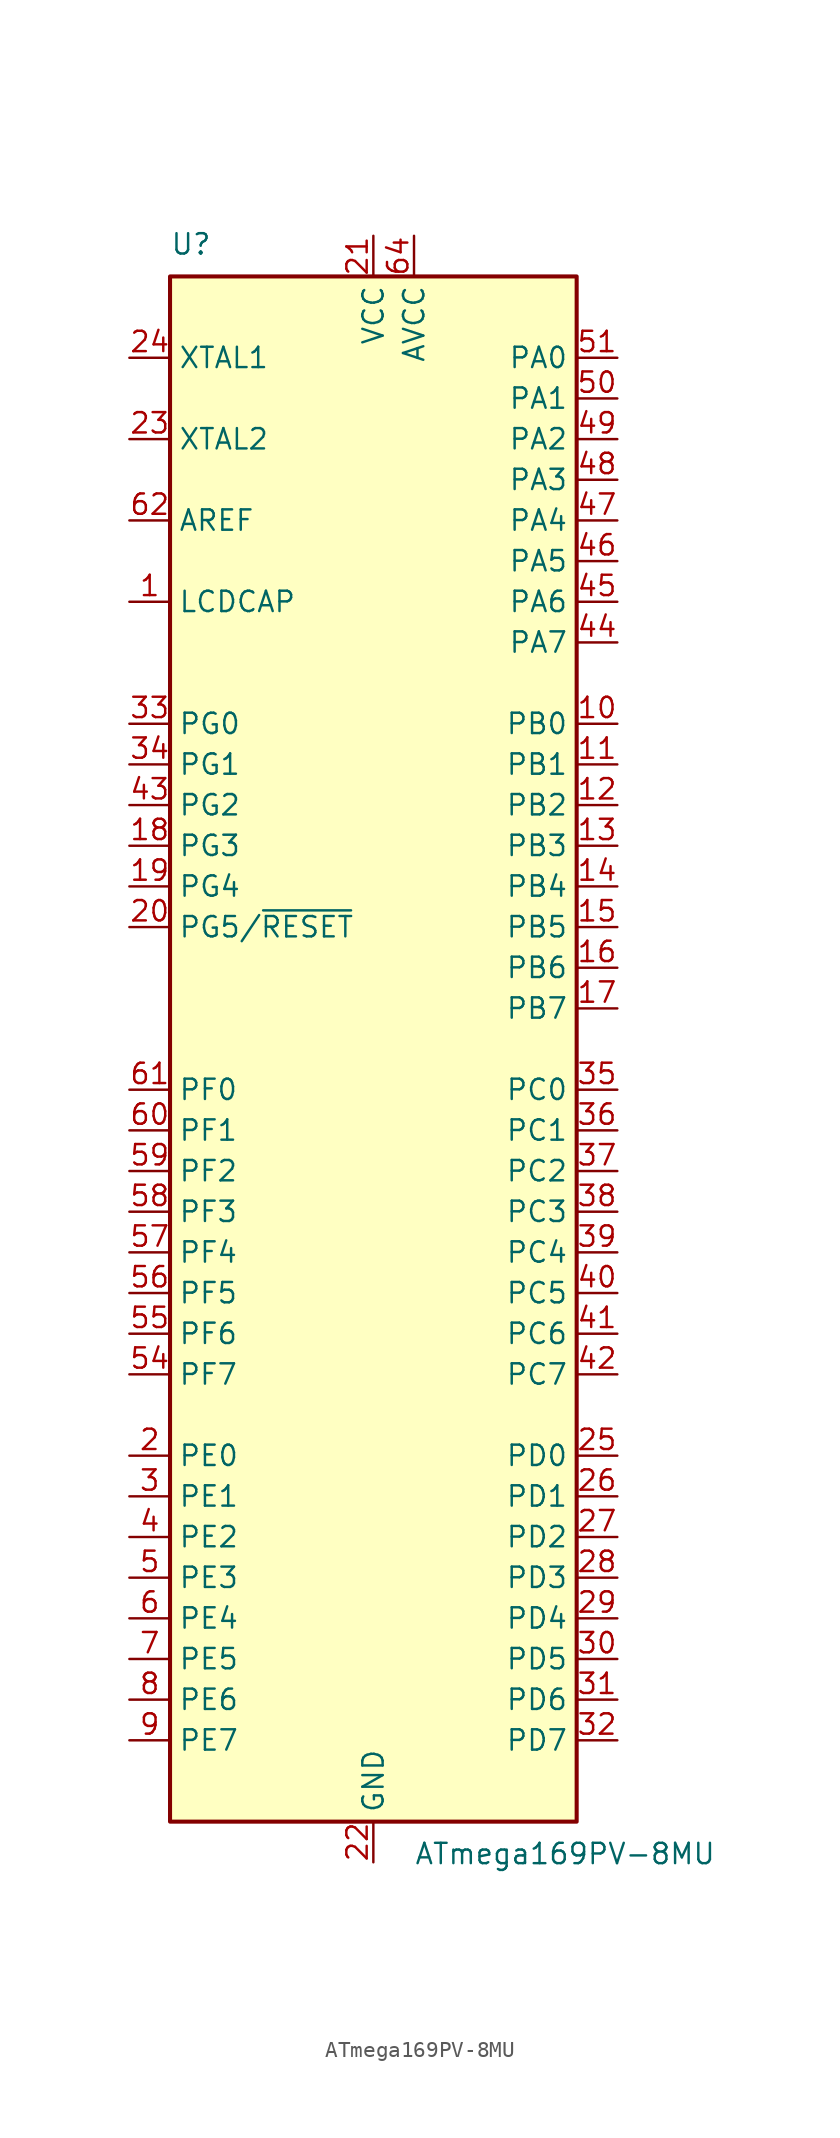
<source format=kicad_sym>
(kicad_symbol_lib
  (version 20211014)
  (generator kicad_symbol_editor)
  (symbol "ATmega169PV-8MU"
    (property "Reference" "U"
      (at -12.7 49.53 0)
      (effects (font (size 1.27 1.27)) (justify left bottom)))
    (property "Value" "ATmega169PV-8MU"
      (at 2.54 -49.53 0)
      (effects (font (size 1.27 1.27)) (justify left top)))
    (symbol "ATmega169PV-8MU_0_1"
      (rectangle (start -12.7 -48.26) (end 12.7 48.26) (stroke (width 0.254) (type default) (color 0 0 0 0)) (fill (type background))))
    (symbol "ATmega169PV-8MU_1_1"
      (pin passive line (at -15.24 27.94 0) (length 2.54) (name "LCDCAP" (effects (font (size 1.27 1.27)))) (number "1" (effects (font (size 1.27 1.27)))))
      (pin bidirectional line (at 15.24 20.32 180) (length 2.54) (name "PB0" (effects (font (size 1.27 1.27)))) (number "10" (effects (font (size 1.27 1.27)))))
      (pin bidirectional line (at 15.24 17.78 180) (length 2.54) (name "PB1" (effects (font (size 1.27 1.27)))) (number "11" (effects (font (size 1.27 1.27)))))
      (pin bidirectional line (at 15.24 15.24 180) (length 2.54) (name "PB2" (effects (font (size 1.27 1.27)))) (number "12" (effects (font (size 1.27 1.27)))))
      (pin bidirectional line (at 15.24 12.7 180) (length 2.54) (name "PB3" (effects (font (size 1.27 1.27)))) (number "13" (effects (font (size 1.27 1.27)))))
      (pin bidirectional line (at 15.24 10.16 180) (length 2.54) (name "PB4" (effects (font (size 1.27 1.27)))) (number "14" (effects (font (size 1.27 1.27)))))
      (pin bidirectional line (at 15.24 7.62 180) (length 2.54) (name "PB5" (effects (font (size 1.27 1.27)))) (number "15" (effects (font (size 1.27 1.27)))))
      (pin bidirectional line (at 15.24 5.08 180) (length 2.54) (name "PB6" (effects (font (size 1.27 1.27)))) (number "16" (effects (font (size 1.27 1.27)))))
      (pin bidirectional line (at 15.24 2.54 180) (length 2.54) (name "PB7" (effects (font (size 1.27 1.27)))) (number "17" (effects (font (size 1.27 1.27)))))
      (pin bidirectional line (at -15.24 12.7 0) (length 2.54) (name "PG3" (effects (font (size 1.27 1.27)))) (number "18" (effects (font (size 1.27 1.27)))))
      (pin bidirectional line (at -15.24 10.16 0) (length 2.54) (name "PG4" (effects (font (size 1.27 1.27)))) (number "19" (effects (font (size 1.27 1.27)))))
      (pin bidirectional line (at -15.24 -25.4 0) (length 2.54) (name "PE0" (effects (font (size 1.27 1.27)))) (number "2" (effects (font (size 1.27 1.27)))))
      (pin bidirectional line (at -15.24 7.62 0) (length 2.54) (name "PG5/~{RESET}" (effects (font (size 1.27 1.27)))) (number "20" (effects (font (size 1.27 1.27)))))
      (pin power_in line (at 0 50.8 270) (length 2.54) (name "VCC" (effects (font (size 1.27 1.27)))) (number "21" (effects (font (size 1.27 1.27)))))
      (pin power_in line (at 0 -50.8 90) (length 2.54) (name "GND" (effects (font (size 1.27 1.27)))) (number "22" (effects (font (size 1.27 1.27)))))
      (pin output line (at -15.24 38.1 0) (length 2.54) (name "XTAL2" (effects (font (size 1.27 1.27)))) (number "23" (effects (font (size 1.27 1.27)))))
      (pin input line (at -15.24 43.18 0) (length 2.54) (name "XTAL1" (effects (font (size 1.27 1.27)))) (number "24" (effects (font (size 1.27 1.27)))))
      (pin bidirectional line (at 15.24 -25.4 180) (length 2.54) (name "PD0" (effects (font (size 1.27 1.27)))) (number "25" (effects (font (size 1.27 1.27)))))
      (pin bidirectional line (at 15.24 -27.94 180) (length 2.54) (name "PD1" (effects (font (size 1.27 1.27)))) (number "26" (effects (font (size 1.27 1.27)))))
      (pin bidirectional line (at 15.24 -30.48 180) (length 2.54) (name "PD2" (effects (font (size 1.27 1.27)))) (number "27" (effects (font (size 1.27 1.27)))))
      (pin bidirectional line (at 15.24 -33.02 180) (length 2.54) (name "PD3" (effects (font (size 1.27 1.27)))) (number "28" (effects (font (size 1.27 1.27)))))
      (pin bidirectional line (at 15.24 -35.56 180) (length 2.54) (name "PD4" (effects (font (size 1.27 1.27)))) (number "29" (effects (font (size 1.27 1.27)))))
      (pin bidirectional line (at -15.24 -27.94 0) (length 2.54) (name "PE1" (effects (font (size 1.27 1.27)))) (number "3" (effects (font (size 1.27 1.27)))))
      (pin bidirectional line (at 15.24 -38.1 180) (length 2.54) (name "PD5" (effects (font (size 1.27 1.27)))) (number "30" (effects (font (size 1.27 1.27)))))
      (pin bidirectional line (at 15.24 -40.64 180) (length 2.54) (name "PD6" (effects (font (size 1.27 1.27)))) (number "31" (effects (font (size 1.27 1.27)))))
      (pin bidirectional line (at 15.24 -43.18 180) (length 2.54) (name "PD7" (effects (font (size 1.27 1.27)))) (number "32" (effects (font (size 1.27 1.27)))))
      (pin bidirectional line (at -15.24 20.32 0) (length 2.54) (name "PG0" (effects (font (size 1.27 1.27)))) (number "33" (effects (font (size 1.27 1.27)))))
      (pin bidirectional line (at -15.24 17.78 0) (length 2.54) (name "PG1" (effects (font (size 1.27 1.27)))) (number "34" (effects (font (size 1.27 1.27)))))
      (pin bidirectional line (at 15.24 -2.54 180) (length 2.54) (name "PC0" (effects (font (size 1.27 1.27)))) (number "35" (effects (font (size 1.27 1.27)))))
      (pin bidirectional line (at 15.24 -5.08 180) (length 2.54) (name "PC1" (effects (font (size 1.27 1.27)))) (number "36" (effects (font (size 1.27 1.27)))))
      (pin bidirectional line (at 15.24 -7.62 180) (length 2.54) (name "PC2" (effects (font (size 1.27 1.27)))) (number "37" (effects (font (size 1.27 1.27)))))
      (pin bidirectional line (at 15.24 -10.16 180) (length 2.54) (name "PC3" (effects (font (size 1.27 1.27)))) (number "38" (effects (font (size 1.27 1.27)))))
      (pin bidirectional line (at 15.24 -12.7 180) (length 2.54) (name "PC4" (effects (font (size 1.27 1.27)))) (number "39" (effects (font (size 1.27 1.27)))))
      (pin bidirectional line (at -15.24 -30.48 0) (length 2.54) (name "PE2" (effects (font (size 1.27 1.27)))) (number "4" (effects (font (size 1.27 1.27)))))
      (pin bidirectional line (at 15.24 -15.24 180) (length 2.54) (name "PC5" (effects (font (size 1.27 1.27)))) (number "40" (effects (font (size 1.27 1.27)))))
      (pin bidirectional line (at 15.24 -17.78 180) (length 2.54) (name "PC6" (effects (font (size 1.27 1.27)))) (number "41" (effects (font (size 1.27 1.27)))))
      (pin bidirectional line (at 15.24 -20.32 180) (length 2.54) (name "PC7" (effects (font (size 1.27 1.27)))) (number "42" (effects (font (size 1.27 1.27)))))
      (pin bidirectional line (at -15.24 15.24 0) (length 2.54) (name "PG2" (effects (font (size 1.27 1.27)))) (number "43" (effects (font (size 1.27 1.27)))))
      (pin bidirectional line (at 15.24 25.4 180) (length 2.54) (name "PA7" (effects (font (size 1.27 1.27)))) (number "44" (effects (font (size 1.27 1.27)))))
      (pin bidirectional line (at 15.24 27.94 180) (length 2.54) (name "PA6" (effects (font (size 1.27 1.27)))) (number "45" (effects (font (size 1.27 1.27)))))
      (pin bidirectional line (at 15.24 30.48 180) (length 2.54) (name "PA5" (effects (font (size 1.27 1.27)))) (number "46" (effects (font (size 1.27 1.27)))))
      (pin bidirectional line (at 15.24 33.02 180) (length 2.54) (name "PA4" (effects (font (size 1.27 1.27)))) (number "47" (effects (font (size 1.27 1.27)))))
      (pin bidirectional line (at 15.24 35.56 180) (length 2.54) (name "PA3" (effects (font (size 1.27 1.27)))) (number "48" (effects (font (size 1.27 1.27)))))
      (pin bidirectional line (at 15.24 38.1 180) (length 2.54) (name "PA2" (effects (font (size 1.27 1.27)))) (number "49" (effects (font (size 1.27 1.27)))))
      (pin bidirectional line (at -15.24 -33.02 0) (length 2.54) (name "PE3" (effects (font (size 1.27 1.27)))) (number "5" (effects (font (size 1.27 1.27)))))
      (pin bidirectional line (at 15.24 40.64 180) (length 2.54) (name "PA1" (effects (font (size 1.27 1.27)))) (number "50" (effects (font (size 1.27 1.27)))))
      (pin bidirectional line (at 15.24 43.18 180) (length 2.54) (name "PA0" (effects (font (size 1.27 1.27)))) (number "51" (effects (font (size 1.27 1.27)))))
      (pin passive line (at 0 50.8 270) (length 2.54) hide (name "VCC" (effects (font (size 1.27 1.27)))) (number "52" (effects (font (size 1.27 1.27)))))
      (pin passive line (at 0 -50.8 90) (length 2.54) hide (name "GND" (effects (font (size 1.27 1.27)))) (number "53" (effects (font (size 1.27 1.27)))))
      (pin bidirectional line (at -15.24 -20.32 0) (length 2.54) (name "PF7" (effects (font (size 1.27 1.27)))) (number "54" (effects (font (size 1.27 1.27)))))
      (pin bidirectional line (at -15.24 -17.78 0) (length 2.54) (name "PF6" (effects (font (size 1.27 1.27)))) (number "55" (effects (font (size 1.27 1.27)))))
      (pin bidirectional line (at -15.24 -15.24 0) (length 2.54) (name "PF5" (effects (font (size 1.27 1.27)))) (number "56" (effects (font (size 1.27 1.27)))))
      (pin bidirectional line (at -15.24 -12.7 0) (length 2.54) (name "PF4" (effects (font (size 1.27 1.27)))) (number "57" (effects (font (size 1.27 1.27)))))
      (pin bidirectional line (at -15.24 -10.16 0) (length 2.54) (name "PF3" (effects (font (size 1.27 1.27)))) (number "58" (effects (font (size 1.27 1.27)))))
      (pin bidirectional line (at -15.24 -7.62 0) (length 2.54) (name "PF2" (effects (font (size 1.27 1.27)))) (number "59" (effects (font (size 1.27 1.27)))))
      (pin bidirectional line (at -15.24 -35.56 0) (length 2.54) (name "PE4" (effects (font (size 1.27 1.27)))) (number "6" (effects (font (size 1.27 1.27)))))
      (pin bidirectional line (at -15.24 -5.08 0) (length 2.54) (name "PF1" (effects (font (size 1.27 1.27)))) (number "60" (effects (font (size 1.27 1.27)))))
      (pin bidirectional line (at -15.24 -2.54 0) (length 2.54) (name "PF0" (effects (font (size 1.27 1.27)))) (number "61" (effects (font (size 1.27 1.27)))))
      (pin passive line (at -15.24 33.02 0) (length 2.54) (name "AREF" (effects (font (size 1.27 1.27)))) (number "62" (effects (font (size 1.27 1.27)))))
      (pin passive line (at 0 -50.8 90) (length 2.54) hide (name "GND" (effects (font (size 1.27 1.27)))) (number "63" (effects (font (size 1.27 1.27)))))
      (pin power_in line (at 2.54 50.8 270) (length 2.54) (name "AVCC" (effects (font (size 1.27 1.27)))) (number "64" (effects (font (size 1.27 1.27)))))
      (pin passive line (at 0 -50.8 90) (length 2.54) hide (name "GND" (effects (font (size 1.27 1.27)))) (number "65" (effects (font (size 1.27 1.27)))))
      (pin bidirectional line (at -15.24 -38.1 0) (length 2.54) (name "PE5" (effects (font (size 1.27 1.27)))) (number "7" (effects (font (size 1.27 1.27)))))
      (pin bidirectional line (at -15.24 -40.64 0) (length 2.54) (name "PE6" (effects (font (size 1.27 1.27)))) (number "8" (effects (font (size 1.27 1.27)))))
      (pin bidirectional line (at -15.24 -43.18 0) (length 2.54) (name "PE7" (effects (font (size 1.27 1.27)))) (number "9" (effects (font (size 1.27 1.27))))))))
</source>
